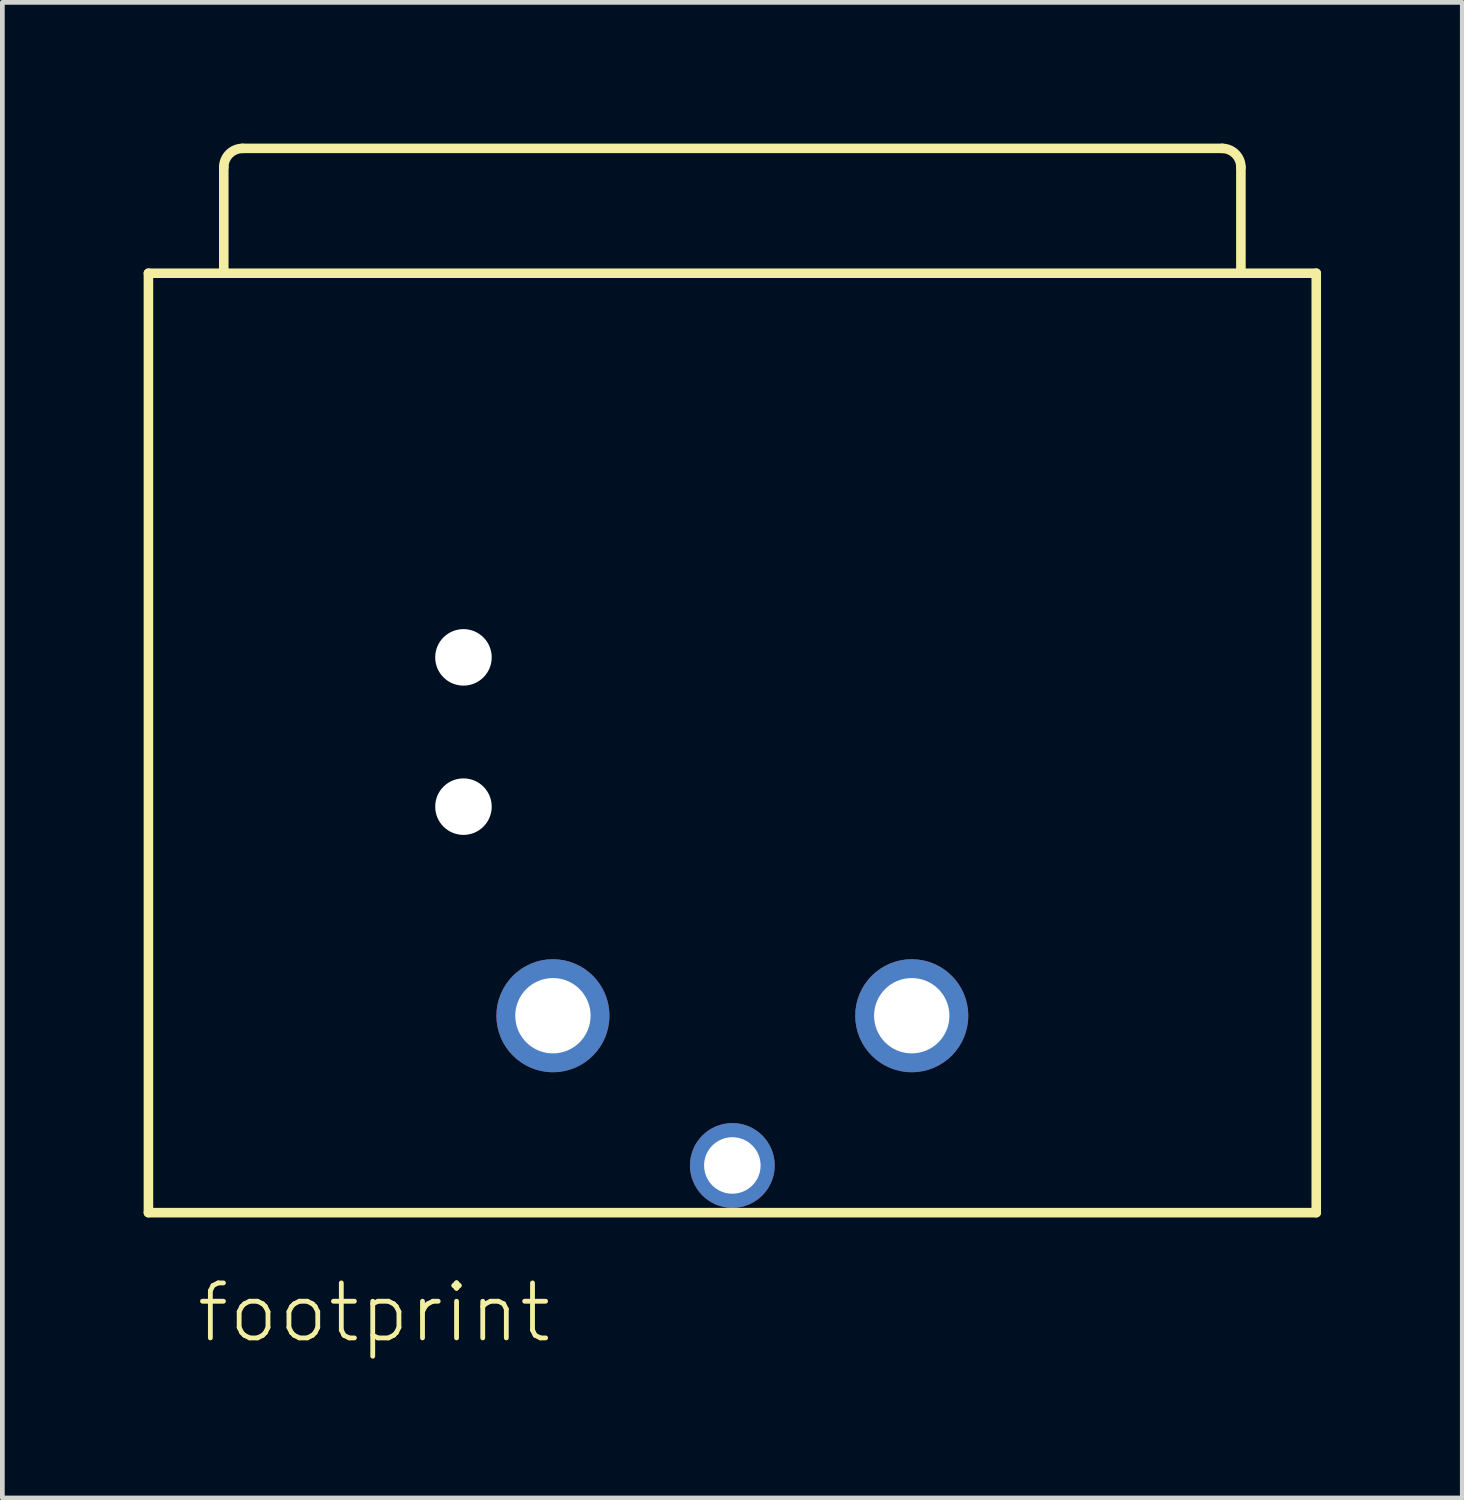
<source format=kicad_pcb>
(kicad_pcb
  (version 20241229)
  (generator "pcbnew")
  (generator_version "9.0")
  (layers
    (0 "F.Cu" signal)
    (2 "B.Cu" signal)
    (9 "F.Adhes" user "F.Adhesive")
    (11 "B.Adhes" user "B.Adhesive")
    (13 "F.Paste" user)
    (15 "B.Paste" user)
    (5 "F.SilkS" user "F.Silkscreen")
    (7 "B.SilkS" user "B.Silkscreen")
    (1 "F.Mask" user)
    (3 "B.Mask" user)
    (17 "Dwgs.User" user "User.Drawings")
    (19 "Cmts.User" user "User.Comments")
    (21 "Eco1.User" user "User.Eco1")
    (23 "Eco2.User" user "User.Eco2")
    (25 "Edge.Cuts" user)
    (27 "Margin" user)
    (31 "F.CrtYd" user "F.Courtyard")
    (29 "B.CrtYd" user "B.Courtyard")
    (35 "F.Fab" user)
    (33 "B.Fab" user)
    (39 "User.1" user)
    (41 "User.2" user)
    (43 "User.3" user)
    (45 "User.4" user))
  (footprint "footprint"
    (layer "F.Cu")
    (at 12.502 21.7)
    (property "Reference" "footprint" (at -11.43 3.81 0) (layer "F.SilkS") (effects (font (size 1.168 1.168) (thickness 0.102)) (justify left bottom)))
    (fp_line (start -12.4 -18.948) (end 12.4 -18.948) (stroke (width 0.203) (type solid)) (layer "F.SilkS"))
    (fp_line (start -12.4 1.002) (end -12.4 -18.948) (stroke (width 0.203) (type solid)) (layer "F.SilkS"))
    (fp_line (start -10.8 -19.049) (end -10.8 -21.198) (stroke (width 0.203) (type solid)) (layer "F.SilkS"))
    (fp_line (start -10.4 -21.599) (end 10.4 -21.599) (stroke (width 0.203) (type solid)) (layer "F.SilkS"))
    (fp_line (start 10.8 -21.198) (end 10.8 -19.049) (stroke (width 0.203) (type solid)) (layer "F.SilkS"))
    (fp_line (start 12.4 -18.948) (end 12.4 1.002) (stroke (width 0.203) (type solid)) (layer "F.SilkS"))
    (fp_line (start 12.4 1.002) (end -12.4 1.002) (stroke (width 0.203) (type solid)) (layer "F.SilkS"))
    (fp_arc (start -10.8 -21.1985) (mid -10.682843 -21.481343) (end -10.4 -21.5985) (stroke (width 0.2032) (type solid)) (layer "F.SilkS"))
    (fp_arc (start 10.4 -21.5985) (mid 10.682843 -21.481343) (end 10.8 -21.1985) (stroke (width 0.2032) (type solid)) (layer "F.SilkS"))
    (pad "" np_thru_hole circle (at -5.71 -10.79) (size 1.2 1.2) (drill 1.2) (layers "*.Cu" "*.Mask"))
    (pad "" np_thru_hole circle (at -5.71 -7.62) (size 1.2 1.2) (drill 1.2) (layers "*.Cu" "*.Mask"))
    (pad "1+G" thru_hole circle (at 3.81 -3.18) (size 2.4 2.4) (drill 1.6) (layers "*.Cu" "*.Mask"))
    (pad "2" thru_hole circle (at 0 0) (size 1.8 1.8) (drill 1.2) (layers "*.Cu" "*.Mask"))
    (pad "3" thru_hole circle (at -3.81 -3.18) (size 2.4 2.4) (drill 1.6) (layers "*.Cu" "*.Mask")))
  (gr_rect
    (start -3 -3)
    (end 28.003 28.761)
    (stroke (width 0.1) (type default))
    (fill no)
    (layer "Edge.Cuts")))
</source>
